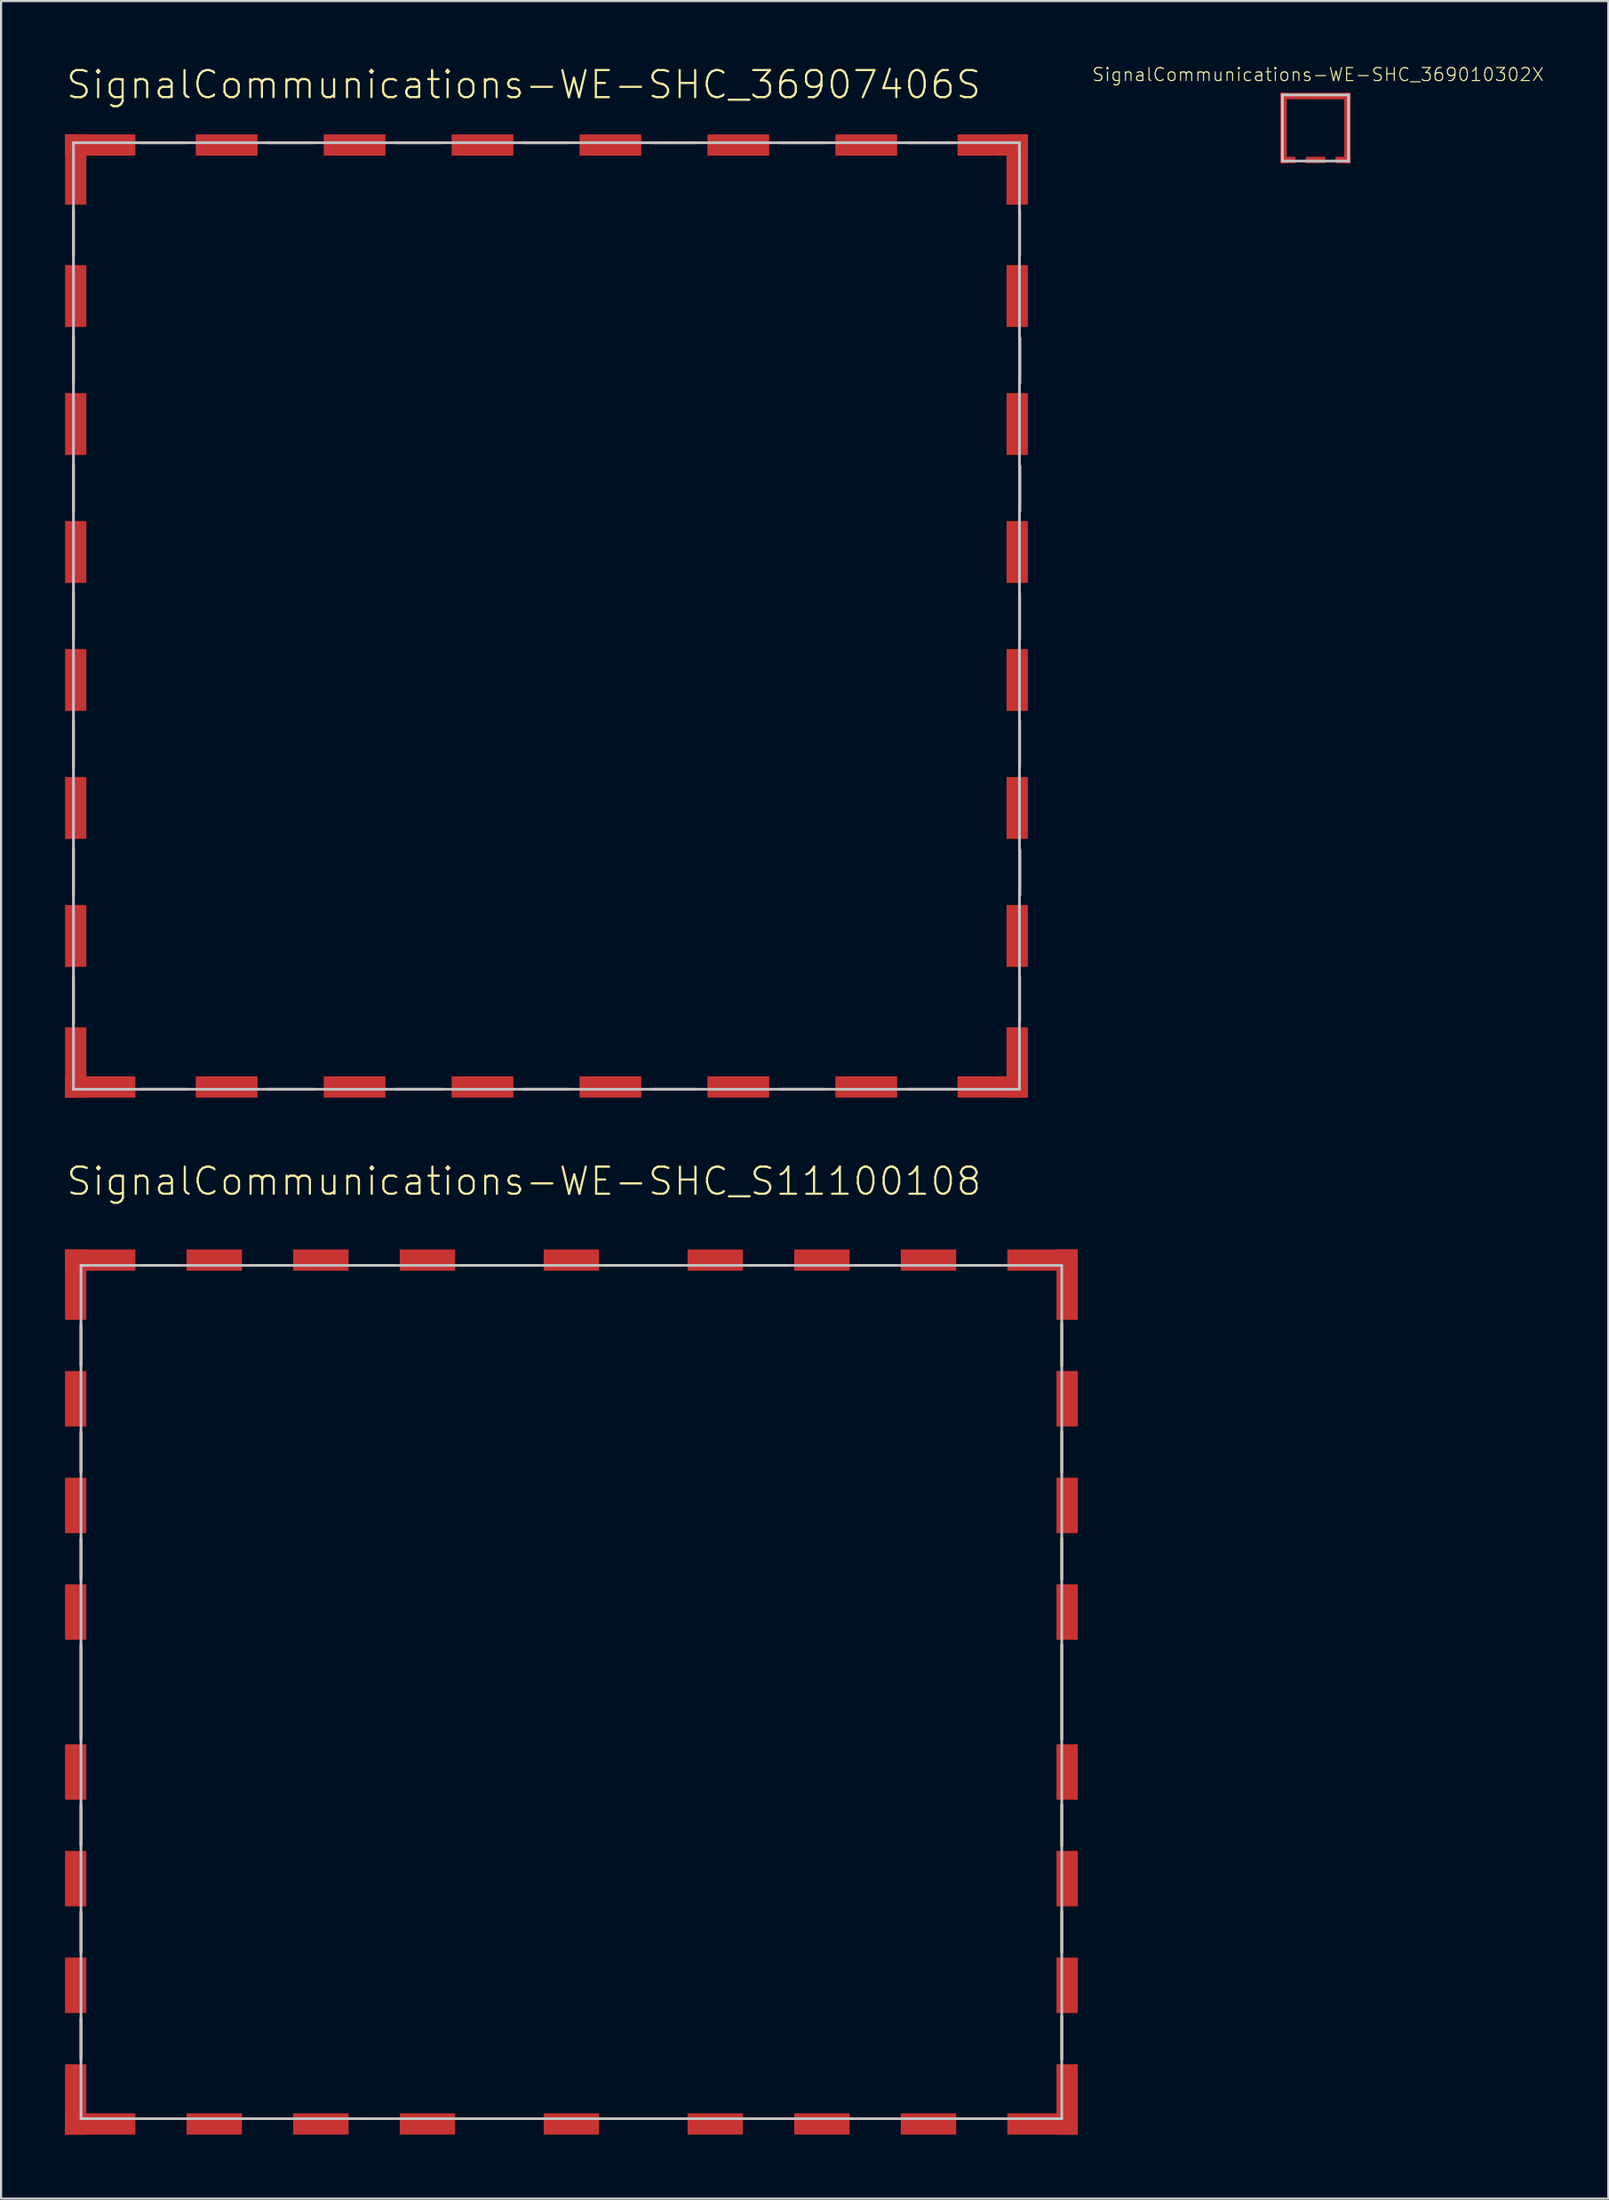
<source format=kicad_pcb>
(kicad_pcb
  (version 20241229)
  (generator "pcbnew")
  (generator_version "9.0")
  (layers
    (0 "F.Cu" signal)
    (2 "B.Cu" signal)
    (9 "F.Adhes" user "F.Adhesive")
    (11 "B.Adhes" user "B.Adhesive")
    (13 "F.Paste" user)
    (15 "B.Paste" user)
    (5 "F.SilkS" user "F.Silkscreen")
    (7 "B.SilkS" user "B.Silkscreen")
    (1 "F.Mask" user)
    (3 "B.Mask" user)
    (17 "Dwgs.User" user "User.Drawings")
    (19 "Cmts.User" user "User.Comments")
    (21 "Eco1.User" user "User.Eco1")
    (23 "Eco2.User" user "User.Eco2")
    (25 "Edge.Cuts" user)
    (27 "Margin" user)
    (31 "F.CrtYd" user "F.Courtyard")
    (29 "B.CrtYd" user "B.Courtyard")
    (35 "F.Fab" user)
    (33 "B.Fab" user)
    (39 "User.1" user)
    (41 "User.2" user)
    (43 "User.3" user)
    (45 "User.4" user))
  (footprint "SignalCommunications-WE-SHC_369010302X"
    (layer "F.Cu")
    (at 58.647 2.95)
    (property "Reference" "SignalCommunications-WE-SHC_369010302X" (at 0.122 -2.504 0) (layer "F.SilkS") (effects (font (size 0.61 0.61) (thickness 0.051))))
    (attr smd)
    (fp_line (start -1.549 -1.549) (end 1.549 -1.549) (stroke (width 0.127) (type solid)) (layer "Dwgs.User"))
    (fp_line (start -1.549 1.549) (end -1.549 -1.549) (stroke (width 0.127) (type solid)) (layer "Dwgs.User"))
    (fp_line (start 1.549 -1.549) (end 1.549 1.549) (stroke (width 0.127) (type solid)) (layer "Dwgs.User"))
    (fp_line (start 1.549 1.549) (end -1.549 1.549) (stroke (width 0.127) (type solid)) (layer "Dwgs.User"))
    (pad "1" smd rect (at 0 -1.499) (size 3.299 0.3) (layers "F.Cu" "F.Mask" "F.Paste"))
    (pad "2" smd rect (at 1.499 0 90) (size 3.299 0.3) (layers "F.Cu" "F.Mask" "F.Paste"))
    (pad "3" smd rect (at -1.499 0 90) (size 3.299 0.3) (layers "F.Cu" "F.Mask" "F.Paste"))
    (pad "4" smd rect (at 0 1.499) (size 0.919 0.3) (layers "F.Cu" "F.Mask" "F.Paste"))
    (pad "5" smd rect (at -1.293 1.499) (size 0.709 0.3) (layers "F.Cu" "F.Mask" "F.Paste"))
    (pad "6" smd rect (at 1.293 1.499) (size 0.709 0.3) (layers "F.Cu" "F.Mask" "F.Paste")))
  (footprint "SignalCommunications-WE-SHC_36907406S"
    (layer "F.Cu")
    (at 22.579 25.826)
    (property "Reference" "SignalCommunications-WE-SHC_36907406S" (at -1.069 -24.905 0) (layer "F.SilkS") (effects (font (size 1.27 1.27) (thickness 0.102))))
    (attr smd)
    (fp_line (start -22.184 -19.05) (end -22.184 -16.888) (stroke (width 0.127) (type solid)) (layer "F.SilkS"))
    (fp_line (start -22.184 -13.099) (end -22.184 -10.94) (stroke (width 0.127) (type solid)) (layer "F.SilkS"))
    (fp_line (start -22.184 -7.079) (end -22.184 -4.92) (stroke (width 0.127) (type solid)) (layer "F.SilkS"))
    (fp_line (start -22.184 -1.079) (end -22.184 1.079) (stroke (width 0.127) (type solid)) (layer "F.SilkS"))
    (fp_line (start -22.184 4.92) (end -22.184 7.079) (stroke (width 0.127) (type solid)) (layer "F.SilkS"))
    (fp_line (start -22.184 10.919) (end -22.184 13.078) (stroke (width 0.127) (type solid)) (layer "F.SilkS"))
    (fp_line (start -22.184 16.929) (end -22.184 19.088) (stroke (width 0.127) (type solid)) (layer "F.SilkS"))
    (fp_line (start -19.05 -22.184) (end -16.909 -22.184) (stroke (width 0.127) (type solid)) (layer "F.SilkS"))
    (fp_line (start -16.909 22.184) (end -19.05 22.184) (stroke (width 0.127) (type solid)) (layer "F.SilkS"))
    (fp_line (start -13.038 -22.184) (end -10.899 -22.184) (stroke (width 0.127) (type solid)) (layer "F.SilkS"))
    (fp_line (start -10.93 22.184) (end -13.068 22.184) (stroke (width 0.127) (type solid)) (layer "F.SilkS"))
    (fp_line (start -7.059 -22.184) (end -4.92 -22.184) (stroke (width 0.127) (type solid)) (layer "F.SilkS"))
    (fp_line (start -4.92 22.184) (end -7.059 22.184) (stroke (width 0.127) (type solid)) (layer "F.SilkS"))
    (fp_line (start -1.069 -22.184) (end 1.069 -22.184) (stroke (width 0.127) (type solid)) (layer "F.SilkS"))
    (fp_line (start 1.059 22.184) (end -1.079 22.184) (stroke (width 0.127) (type solid)) (layer "F.SilkS"))
    (fp_line (start 4.9 -22.184) (end 7.038 -22.184) (stroke (width 0.127) (type solid)) (layer "F.SilkS"))
    (fp_line (start 7.038 22.184) (end 4.9 22.184) (stroke (width 0.127) (type solid)) (layer "F.SilkS"))
    (fp_line (start 10.95 -22.184) (end 13.089 -22.184) (stroke (width 0.127) (type solid)) (layer "F.SilkS"))
    (fp_line (start 13.058 22.184) (end 10.919 22.184) (stroke (width 0.127) (type solid)) (layer "F.SilkS"))
    (fp_line (start 16.96 -22.184) (end 19.098 -22.184) (stroke (width 0.127) (type solid)) (layer "F.SilkS"))
    (fp_line (start 19.088 22.184) (end 16.949 22.184) (stroke (width 0.127) (type solid)) (layer "F.SilkS"))
    (fp_line (start 22.195 -16.888) (end 22.195 -19.03) (stroke (width 0.127) (type solid)) (layer "F.SilkS"))
    (fp_line (start 22.195 1.09) (end 22.195 -1.049) (stroke (width 0.127) (type solid)) (layer "F.SilkS"))
    (fp_line (start 22.195 7.048) (end 22.195 4.91) (stroke (width 0.127) (type solid)) (layer "F.SilkS"))
    (fp_line (start 22.195 19.03) (end 22.195 16.888) (stroke (width 0.127) (type solid)) (layer "F.SilkS"))
    (fp_line (start 22.205 -10.909) (end 22.205 -13.048) (stroke (width 0.127) (type solid)) (layer "F.SilkS"))
    (fp_line (start 22.205 -4.91) (end 22.205 -7.048) (stroke (width 0.127) (type solid)) (layer "F.SilkS"))
    (fp_line (start 22.205 13.089) (end 22.205 10.95) (stroke (width 0.127) (type solid)) (layer "F.SilkS"))
    (fp_line (start -22.184 -22.184) (end 22.184 -22.184) (stroke (width 0.127) (type solid)) (layer "Dwgs.User"))
    (fp_line (start -22.184 22.184) (end -22.184 -22.184) (stroke (width 0.127) (type solid)) (layer "Dwgs.User"))
    (fp_line (start 22.184 -22.184) (end 22.184 22.184) (stroke (width 0.127) (type solid)) (layer "Dwgs.User"))
    (fp_line (start 22.184 22.184) (end -22.184 22.184) (stroke (width 0.127) (type solid)) (layer "Dwgs.User"))
    (pad "1" smd rect (at -3 -22.078) (size 2.898 0.998) (layers "F.Cu" "F.Mask" "F.Paste"))
    (pad "2" smd rect (at -8.999 -22.078) (size 2.898 0.998) (layers "F.Cu" "F.Mask" "F.Paste"))
    (pad "3" smd rect (at -14.999 -22.078) (size 2.898 0.998) (layers "F.Cu" "F.Mask" "F.Paste"))
    (pad "4" smd rect (at -20.93 -22.078) (size 3.299 0.998) (layers "F.Cu" "F.Mask" "F.Paste"))
    (pad "5" smd rect (at -22.078 -20.93 90) (size 3.299 0.998) (layers "F.Cu" "F.Mask" "F.Paste"))
    (pad "6" smd rect (at -22.078 -14.999 90) (size 2.898 0.998) (layers "F.Cu" "F.Mask" "F.Paste"))
    (pad "7" smd rect (at -22.078 -8.999 90) (size 2.898 0.998) (layers "F.Cu" "F.Mask" "F.Paste"))
    (pad "8" smd rect (at -22.078 -3 90) (size 2.898 0.998) (layers "F.Cu" "F.Mask" "F.Paste"))
    (pad "9" smd rect (at -22.078 3 90) (size 2.898 0.998) (layers "F.Cu" "F.Mask" "F.Paste"))
    (pad "10" smd rect (at -22.078 8.999 90) (size 2.898 0.998) (layers "F.Cu" "F.Mask" "F.Paste"))
    (pad "11" smd rect (at -22.078 14.999 90) (size 2.898 0.998) (layers "F.Cu" "F.Mask" "F.Paste"))
    (pad "12" smd rect (at -22.078 20.93 90) (size 3.299 0.998) (layers "F.Cu" "F.Mask" "F.Paste"))
    (pad "13" smd rect (at -20.93 22.078) (size 3.299 0.998) (layers "F.Cu" "F.Mask" "F.Paste"))
    (pad "14" smd rect (at -14.999 22.078) (size 2.898 0.998) (layers "F.Cu" "F.Mask" "F.Paste"))
    (pad "15" smd rect (at -8.999 22.078) (size 2.898 0.998) (layers "F.Cu" "F.Mask" "F.Paste"))
    (pad "16" smd rect (at -3 22.078) (size 2.898 0.998) (layers "F.Cu" "F.Mask" "F.Paste"))
    (pad "17" smd rect (at 3 22.078) (size 2.898 0.998) (layers "F.Cu" "F.Mask" "F.Paste"))
    (pad "18" smd rect (at 8.999 22.078) (size 2.898 0.998) (layers "F.Cu" "F.Mask" "F.Paste"))
    (pad "19" smd rect (at 14.999 22.078) (size 2.898 0.998) (layers "F.Cu" "F.Mask" "F.Paste"))
    (pad "20" smd rect (at 20.93 22.078) (size 3.299 0.998) (layers "F.Cu" "F.Mask" "F.Paste"))
    (pad "21" smd rect (at 22.078 20.93 90) (size 3.299 0.998) (layers "F.Cu" "F.Mask" "F.Paste"))
    (pad "22" smd rect (at 22.078 14.999 90) (size 2.898 0.998) (layers "F.Cu" "F.Mask" "F.Paste"))
    (pad "23" smd rect (at 22.078 8.999 90) (size 2.898 0.998) (layers "F.Cu" "F.Mask" "F.Paste"))
    (pad "24" smd rect (at 22.078 3 90) (size 2.898 0.998) (layers "F.Cu" "F.Mask" "F.Paste"))
    (pad "25" smd rect (at 22.078 -3 90) (size 2.898 0.998) (layers "F.Cu" "F.Mask" "F.Paste"))
    (pad "26" smd rect (at 22.078 -8.999 90) (size 2.898 0.998) (layers "F.Cu" "F.Mask" "F.Paste"))
    (pad "27" smd rect (at 22.078 -14.999 90) (size 2.898 0.998) (layers "F.Cu" "F.Mask" "F.Paste"))
    (pad "28" smd rect (at 22.078 -20.93 90) (size 3.299 0.998) (layers "F.Cu" "F.Mask" "F.Paste"))
    (pad "29" smd rect (at 20.93 -22.078) (size 3.299 0.998) (layers "F.Cu" "F.Mask" "F.Paste"))
    (pad "30" smd rect (at 14.999 -22.078) (size 2.898 0.998) (layers "F.Cu" "F.Mask" "F.Paste"))
    (pad "31" smd rect (at 8.999 -22.078) (size 2.898 0.998) (layers "F.Cu" "F.Mask" "F.Paste"))
    (pad "32" smd rect (at 3 -22.078) (size 2.898 0.998) (layers "F.Cu" "F.Mask" "F.Paste")))
  (footprint "SignalCommunications-WE-SHC_S11100108"
    (layer "F.Cu")
    (at 23.748 76.269)
    (property "Reference" "SignalCommunications-WE-SHC_S11100108" (at -2.225 -23.942 0) (layer "F.SilkS") (effects (font (size 1.27 1.27) (thickness 0.102))))
    (attr smd)
    (fp_line (start -23 -15.298) (end -23 -17.198) (stroke (width 0.127) (type solid)) (layer "F.SilkS"))
    (fp_line (start -23 -10.3) (end -23 -12.2) (stroke (width 0.127) (type solid)) (layer "F.SilkS"))
    (fp_line (start -23 -5.298) (end -23 -7.198) (stroke (width 0.127) (type solid)) (layer "F.SilkS"))
    (fp_line (start -23 2.2) (end -23 -2.2) (stroke (width 0.127) (type solid)) (layer "F.SilkS"))
    (fp_line (start -23 7.198) (end -23 5.298) (stroke (width 0.127) (type solid)) (layer "F.SilkS"))
    (fp_line (start -23 12.2) (end -23 10.3) (stroke (width 0.127) (type solid)) (layer "F.SilkS"))
    (fp_line (start -23 17.198) (end -23 15.298) (stroke (width 0.127) (type solid)) (layer "F.SilkS"))
    (fp_line (start -20.099 -20) (end -18.4 -20) (stroke (width 0.127) (type solid)) (layer "F.SilkS"))
    (fp_line (start -18.298 20) (end -20.198 20) (stroke (width 0.127) (type solid)) (layer "F.SilkS"))
    (fp_line (start -15.098 -20) (end -13.299 -20) (stroke (width 0.127) (type solid)) (layer "F.SilkS"))
    (fp_line (start -13.299 20) (end -15.199 20) (stroke (width 0.127) (type solid)) (layer "F.SilkS"))
    (fp_line (start -10.198 -20) (end -8.298 -20) (stroke (width 0.127) (type solid)) (layer "F.SilkS"))
    (fp_line (start -8.298 20) (end -10.198 20) (stroke (width 0.127) (type solid)) (layer "F.SilkS"))
    (fp_line (start -5.199 -20) (end -1.598 -20) (stroke (width 0.127) (type solid)) (layer "F.SilkS"))
    (fp_line (start -1.598 20) (end -5.199 20) (stroke (width 0.127) (type solid)) (layer "F.SilkS"))
    (fp_line (start 1.499 -20) (end 5.199 -20) (stroke (width 0.127) (type solid)) (layer "F.SilkS"))
    (fp_line (start 5.199 20) (end 1.598 20) (stroke (width 0.127) (type solid)) (layer "F.SilkS"))
    (fp_line (start 8.298 -20) (end 10.198 -20) (stroke (width 0.127) (type solid)) (layer "F.SilkS"))
    (fp_line (start 10.198 20) (end 8.298 20) (stroke (width 0.127) (type solid)) (layer "F.SilkS"))
    (fp_line (start 13.299 -20) (end 15.199 -20) (stroke (width 0.127) (type solid)) (layer "F.SilkS"))
    (fp_line (start 15.199 20) (end 13.299 20) (stroke (width 0.127) (type solid)) (layer "F.SilkS"))
    (fp_line (start 18.298 -20) (end 20.099 -20) (stroke (width 0.127) (type solid)) (layer "F.SilkS"))
    (fp_line (start 20.3 20) (end 18.298 20) (stroke (width 0.127) (type solid)) (layer "F.SilkS"))
    (fp_line (start 23 -17.3) (end 23 -15.298) (stroke (width 0.127) (type solid)) (layer "F.SilkS"))
    (fp_line (start 23 -12.2) (end 23 -10.3) (stroke (width 0.127) (type solid)) (layer "F.SilkS"))
    (fp_line (start 23 -7.198) (end 23 -5.298) (stroke (width 0.127) (type solid)) (layer "F.SilkS"))
    (fp_line (start 23 -2.2) (end 23 2.2) (stroke (width 0.127) (type solid)) (layer "F.SilkS"))
    (fp_line (start 23 5.298) (end 23 7.198) (stroke (width 0.127) (type solid)) (layer "F.SilkS"))
    (fp_line (start 23 10.3) (end 23 12.2) (stroke (width 0.127) (type solid)) (layer "F.SilkS"))
    (fp_line (start 23 15.199) (end 23 17.198) (stroke (width 0.127) (type solid)) (layer "F.SilkS"))
    (fp_line (start -23 -20) (end 23 -20) (stroke (width 0.127) (type solid)) (layer "Dwgs.User"))
    (fp_line (start -23 20) (end -23 -20) (stroke (width 0.127) (type solid)) (layer "Dwgs.User"))
    (fp_line (start 23 -20) (end 23 20) (stroke (width 0.127) (type solid)) (layer "Dwgs.User"))
    (fp_line (start 23 20) (end -23 20) (stroke (width 0.127) (type solid)) (layer "Dwgs.User"))
    (pad "1" smd rect (at -23.249 -19.098 90) (size 3.299 0.998) (layers "F.Cu" "F.Mask" "F.Paste"))
    (pad "2" smd rect (at -22.098 -20.249) (size 3.299 0.998) (layers "F.Cu" "F.Mask" "F.Paste"))
    (pad "3" smd rect (at -16.749 -20.249) (size 2.598 0.998) (layers "F.Cu" "F.Mask" "F.Paste"))
    (pad "4" smd rect (at -11.748 -20.249) (size 2.598 0.998) (layers "F.Cu" "F.Mask" "F.Paste"))
    (pad "5" smd rect (at -6.749 -20.249) (size 2.598 0.998) (layers "F.Cu" "F.Mask" "F.Paste"))
    (pad "6" smd rect (at 0 -20.249) (size 2.598 0.998) (layers "F.Cu" "F.Mask" "F.Paste"))
    (pad "7" smd rect (at 6.749 -20.249) (size 2.598 0.998) (layers "F.Cu" "F.Mask" "F.Paste"))
    (pad "8" smd rect (at 11.748 -20.249) (size 2.598 0.998) (layers "F.Cu" "F.Mask" "F.Paste"))
    (pad "9" smd rect (at 16.749 -20.249) (size 2.598 0.998) (layers "F.Cu" "F.Mask" "F.Paste"))
    (pad "10" smd rect (at 22.098 -20.249) (size 3.299 0.998) (layers "F.Cu" "F.Mask" "F.Paste"))
    (pad "11" smd rect (at 23.249 -19.098 90) (size 3.299 0.998) (layers "F.Cu" "F.Mask" "F.Paste"))
    (pad "12" smd rect (at 23.249 -13.749 90) (size 2.598 0.998) (layers "F.Cu" "F.Mask" "F.Paste"))
    (pad "13" smd rect (at 23.249 -8.748 90) (size 2.598 0.998) (layers "F.Cu" "F.Mask" "F.Paste"))
    (pad "14" smd rect (at 23.249 -3.749 90) (size 2.598 0.998) (layers "F.Cu" "F.Mask" "F.Paste"))
    (pad "15" smd rect (at 23.249 3.749 90) (size 2.598 0.998) (layers "F.Cu" "F.Mask" "F.Paste"))
    (pad "16" smd rect (at 23.249 8.748 90) (size 2.598 0.998) (layers "F.Cu" "F.Mask" "F.Paste"))
    (pad "17" smd rect (at 23.249 13.749 90) (size 2.598 0.998) (layers "F.Cu" "F.Mask" "F.Paste"))
    (pad "18" smd rect (at 23.249 19.098 90) (size 3.299 0.998) (layers "F.Cu" "F.Mask" "F.Paste"))
    (pad "19" smd rect (at 22.098 20.249) (size 3.299 0.998) (layers "F.Cu" "F.Mask" "F.Paste"))
    (pad "20" smd rect (at 16.749 20.249) (size 2.598 0.998) (layers "F.Cu" "F.Mask" "F.Paste"))
    (pad "21" smd rect (at 11.748 20.249) (size 2.598 0.998) (layers "F.Cu" "F.Mask" "F.Paste"))
    (pad "22" smd rect (at 6.749 20.249) (size 2.598 0.998) (layers "F.Cu" "F.Mask" "F.Paste"))
    (pad "23" smd rect (at 0 20.249) (size 2.598 0.998) (layers "F.Cu" "F.Mask" "F.Paste"))
    (pad "24" smd rect (at -6.749 20.249) (size 2.598 0.998) (layers "F.Cu" "F.Mask" "F.Paste"))
    (pad "25" smd rect (at -11.748 20.249) (size 2.598 0.998) (layers "F.Cu" "F.Mask" "F.Paste"))
    (pad "26" smd rect (at -16.749 20.249) (size 2.598 0.998) (layers "F.Cu" "F.Mask" "F.Paste"))
    (pad "27" smd rect (at -22.098 20.249) (size 3.299 0.998) (layers "F.Cu" "F.Mask" "F.Paste"))
    (pad "28" smd rect (at -23.249 19.098 90) (size 3.299 0.998) (layers "F.Cu" "F.Mask" "F.Paste"))
    (pad "29" smd rect (at -23.249 13.749 90) (size 2.598 0.998) (layers "F.Cu" "F.Mask" "F.Paste"))
    (pad "30" smd rect (at -23.249 8.748 90) (size 2.598 0.998) (layers "F.Cu" "F.Mask" "F.Paste"))
    (pad "31" smd rect (at -23.249 3.749 90) (size 2.598 0.998) (layers "F.Cu" "F.Mask" "F.Paste"))
    (pad "32" smd rect (at -23.249 -3.749 90) (size 2.598 0.998) (layers "F.Cu" "F.Mask" "F.Paste"))
    (pad "33" smd rect (at -23.249 -8.748 90) (size 2.598 0.998) (layers "F.Cu" "F.Mask" "F.Paste"))
    (pad "34" smd rect (at -23.249 -13.749 90) (size 2.598 0.998) (layers "F.Cu" "F.Mask" "F.Paste")))
  (gr_rect
    (start -3 -3)
    (end 72.38 100.017)
    (stroke (width 0.1) (type default))
    (fill no)
    (layer "Edge.Cuts")))
</source>
